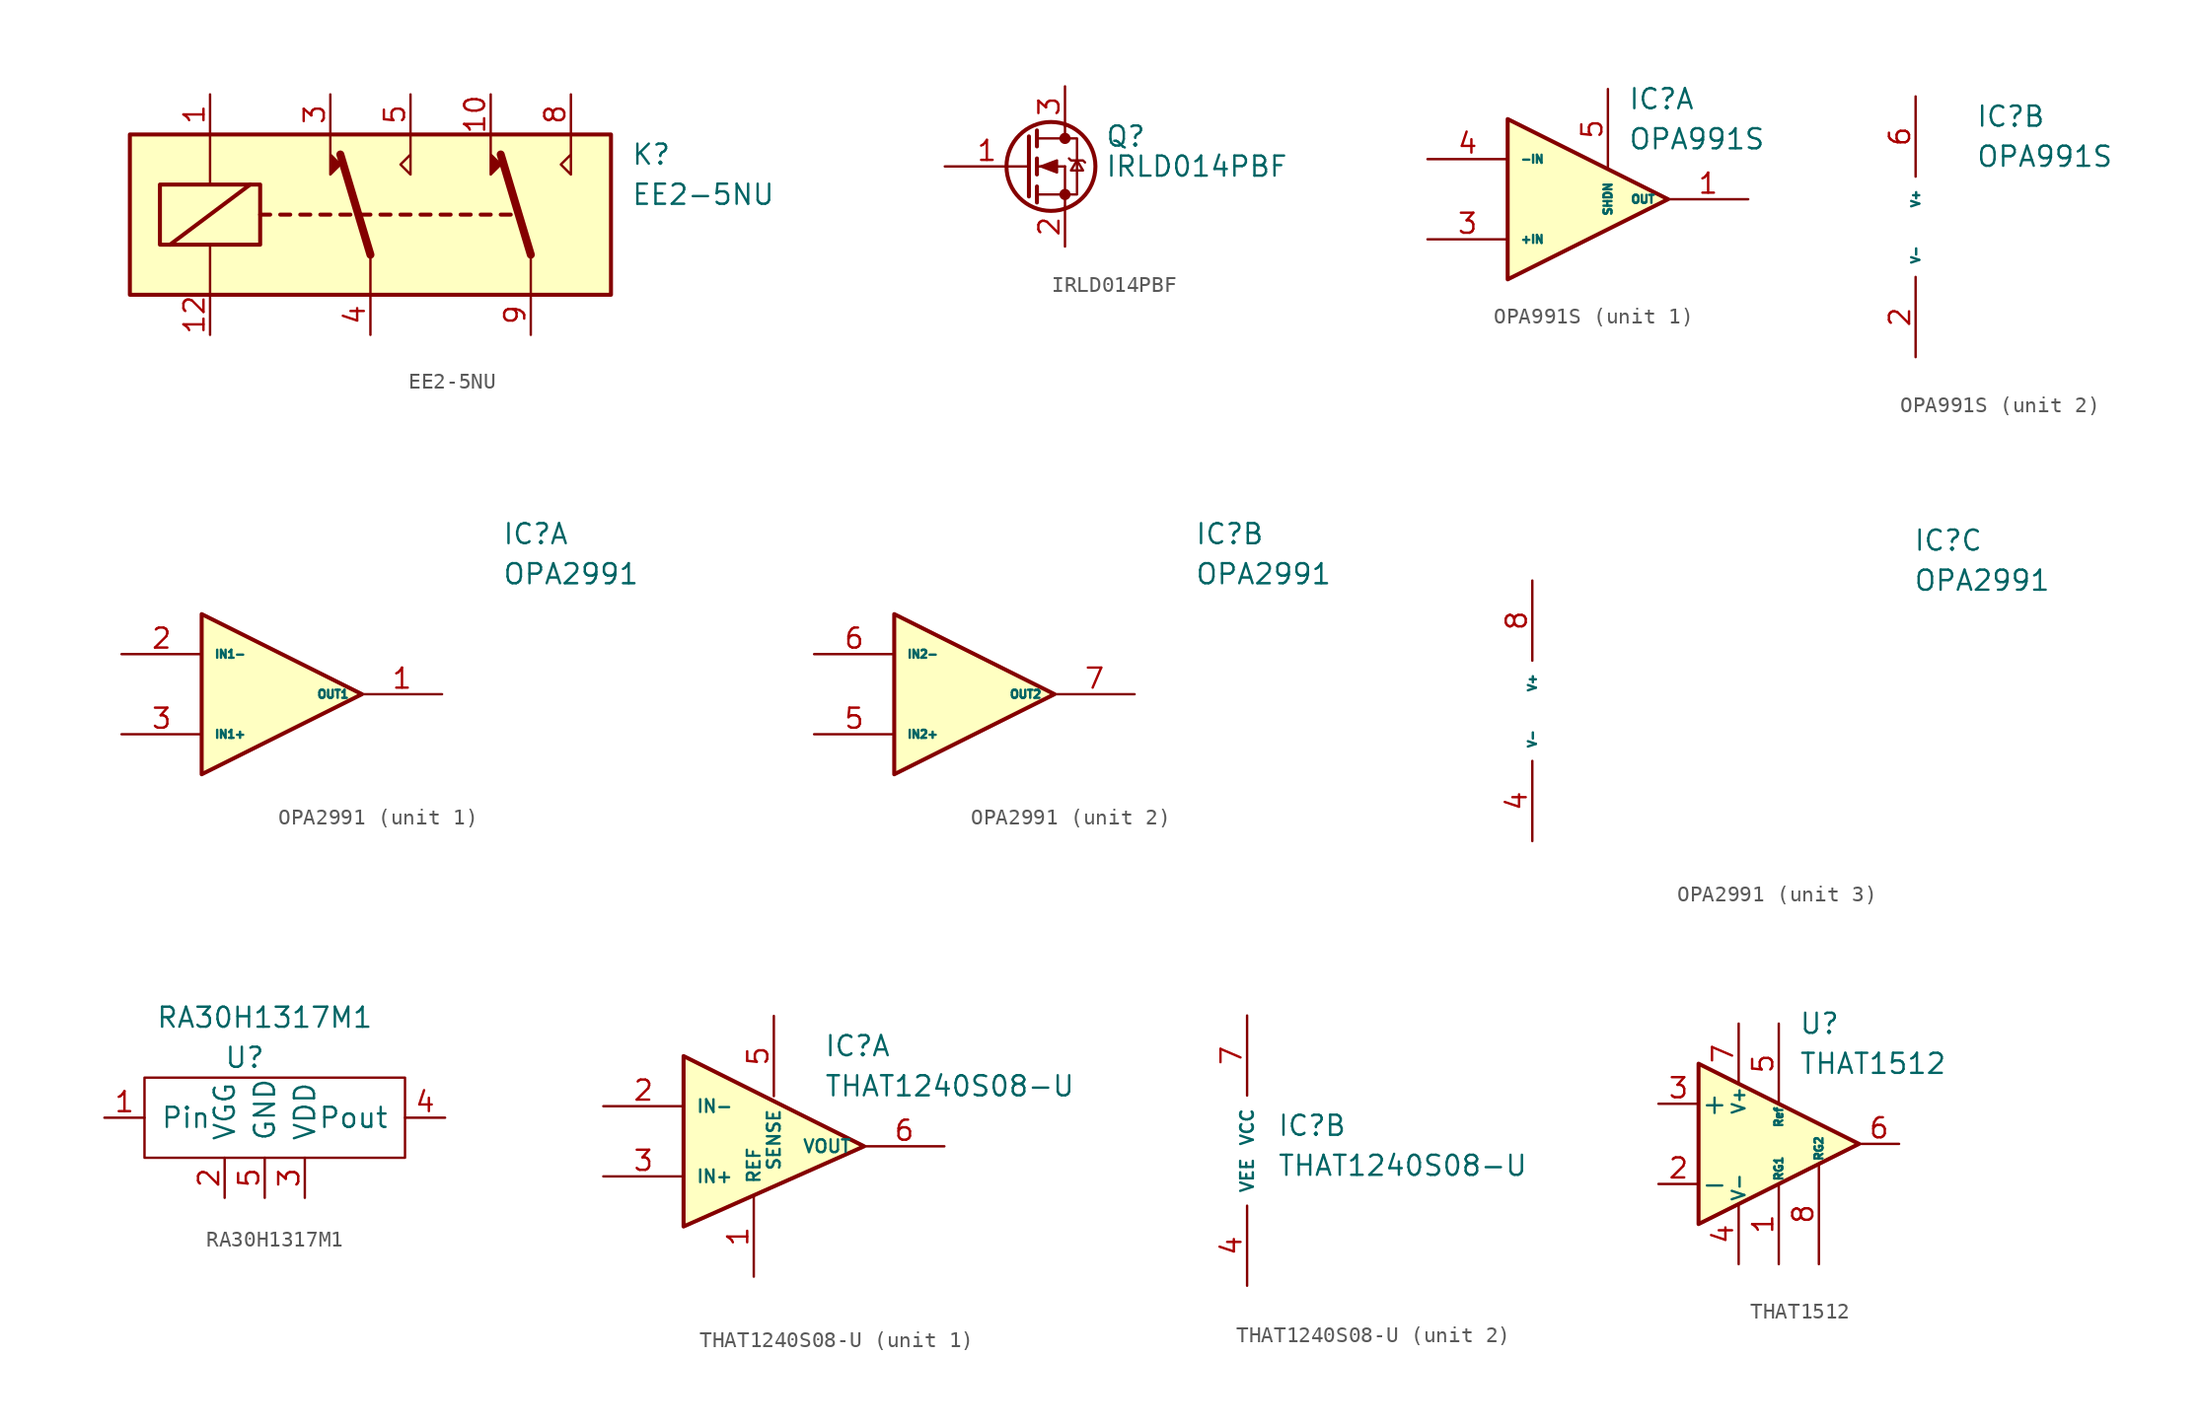
<source format=kicad_sym>
(kicad_symbol_lib
  (version 20210619)
  (generator kicad_symbol_editor)
  (symbol "m0vfc:EE2-5NU"
    (property "Reference" "K"
      (at 16.51 3.81 0)
      (effects (font (size 1.27 1.27)) (justify left)))
    (property "Value" "EE2-5NU"
      (at 16.51 1.27 0)
      (effects (font (size 1.27 1.27)) (justify left)))
    (symbol "EE2-5NU_0_1"
      (rectangle (start -13.335 1.905) (end -6.985 -1.905) (stroke (width 0.254)) (fill (type none)))
      (rectangle (start -15.24 5.08) (end 15.24 -5.08) (stroke (width 0.254)) (fill (type background)))
      (polyline (pts (xy -12.7 -1.905) (xy -7.62 1.905)) (stroke (width 0.254)) (fill (type none)))
      (polyline (pts (xy -10.16 -5.08) (xy -10.16 -1.905)) (stroke (width 0)) (fill (type none)))
      (polyline (pts (xy -10.16 5.08) (xy -10.16 1.905)) (stroke (width 0)) (fill (type none)))
      (polyline (pts (xy -6.985 0) (xy -6.35 0)) (stroke (width 0.254)) (fill (type none)))
      (polyline (pts (xy -5.715 0) (xy -5.08 0)) (stroke (width 0.254)) (fill (type none)))
      (polyline (pts (xy -4.445 0) (xy -3.81 0)) (stroke (width 0.254)) (fill (type none)))
      (polyline (pts (xy -3.175 0) (xy -2.54 0)) (stroke (width 0.254)) (fill (type none)))
      (polyline (pts (xy -1.905 0) (xy -1.27 0)) (stroke (width 0.254)) (fill (type none)))
      (polyline (pts (xy -0.635 0) (xy 0 0)) (stroke (width 0.254)) (fill (type none)))
      (polyline (pts (xy 0 -2.54) (xy -1.905 3.81)) (stroke (width 0.508)) (fill (type none)))
      (polyline (pts (xy 0 -2.54) (xy 0 -5.08)) (stroke (width 0)) (fill (type none)))
      (polyline (pts (xy 0.635 0) (xy 1.27 0)) (stroke (width 0.254)) (fill (type none)))
      (polyline (pts (xy 1.905 0) (xy 2.54 0)) (stroke (width 0.254)) (fill (type none)))
      (polyline (pts (xy 3.175 0) (xy 3.81 0)) (stroke (width 0.254)) (fill (type none)))
      (polyline (pts (xy 4.445 0) (xy 5.08 0)) (stroke (width 0.254)) (fill (type none)))
      (polyline (pts (xy 5.715 0) (xy 6.35 0)) (stroke (width 0.254)) (fill (type none)))
      (polyline (pts (xy 6.985 0) (xy 7.62 0)) (stroke (width 0.254)) (fill (type none)))
      (polyline (pts (xy 8.255 0) (xy 8.89 0)) (stroke (width 0.254)) (fill (type none)))
      (polyline (pts (xy 10.16 -2.54) (xy 8.255 3.81)) (stroke (width 0.508)) (fill (type none)))
      (polyline (pts (xy 10.16 -2.54) (xy 10.16 -5.08)) (stroke (width 0)) (fill (type none)))
      (polyline (pts (xy 2.54 5.08) (xy 2.54 2.54) (xy 1.905 3.175) (xy 2.54 3.81)) (stroke (width 0)) (fill (type none)))
      (polyline (pts (xy 12.7 5.08) (xy 12.7 2.54) (xy 12.065 3.175) (xy 12.7 3.81)) (stroke (width 0)) (fill (type none)))
      (polyline (pts (xy -2.54 5.08) (xy -2.54 2.54) (xy -1.905 3.175) (xy -2.54 3.81)) (stroke (width 0)) (fill (type outline)))
      (polyline (pts (xy 7.62 5.08) (xy 7.62 2.54) (xy 8.255 3.175) (xy 7.62 3.81)) (stroke (width 0)) (fill (type outline))))
    (symbol "EE2-5NU_1_1"
      (pin passive line (at -10.16 7.62 270) (length 2.54) (name "~" (effects (font (size 1.27 1.27)))) (number "1" (effects (font (size 1.27 1.27)))))
      (pin passive line (at 7.62 7.62 270) (length 2.54) (name "~" (effects (font (size 1.27 1.27)))) (number "10" (effects (font (size 1.27 1.27)))))
      (pin passive line (at -10.16 -7.62 90) (length 2.54) (name "~" (effects (font (size 1.27 1.27)))) (number "12" (effects (font (size 1.27 1.27)))))
      (pin passive line (at -2.54 7.62 270) (length 2.54) (name "~" (effects (font (size 1.27 1.27)))) (number "3" (effects (font (size 1.27 1.27)))))
      (pin passive line (at 0 -7.62 90) (length 2.54) (name "~" (effects (font (size 1.27 1.27)))) (number "4" (effects (font (size 1.27 1.27)))))
      (pin passive line (at 2.54 7.62 270) (length 2.54) (name "~" (effects (font (size 1.27 1.27)))) (number "5" (effects (font (size 1.27 1.27)))))
      (pin passive line (at 12.7 7.62 270) (length 2.54) (name "~" (effects (font (size 1.27 1.27)))) (number "8" (effects (font (size 1.27 1.27)))))
      (pin passive line (at 10.16 -7.62 90) (length 2.54) (name "~" (effects (font (size 1.27 1.27)))) (number "9" (effects (font (size 1.27 1.27)))))))
  (symbol "m0vfc:IRLD014PBF"
    (pin_names
      (offset 0) hide)
    (property "Reference" "Q"
      (at 5.08 1.905 0)
      (effects (font (size 1.27 1.27)) (justify left)))
    (property "Value" "IRLD014PBF"
      (at 5.08 0 0)
      (effects (font (size 1.27 1.27)) (justify left)))
    (symbol "IRLD014PBF_0_1"
      (circle (center 1.651 0) (radius 2.819) (stroke (width 0.254)) (fill (type none)))
      (circle (center 2.54 -1.778) (radius 0.279) (stroke (width 0)) (fill (type outline)))
      (circle (center 2.54 1.778) (radius 0.279) (stroke (width 0)) (fill (type outline)))
      (polyline (pts (xy 0.762 -1.778) (xy 2.54 -1.778)) (stroke (width 0)) (fill (type none)))
      (polyline (pts (xy 0.762 -1.27) (xy 0.762 -2.286)) (stroke (width 0.254)) (fill (type none)))
      (polyline (pts (xy 0.762 0) (xy 2.54 0)) (stroke (width 0)) (fill (type none)))
      (polyline (pts (xy 0.762 0.508) (xy 0.762 -0.508)) (stroke (width 0.254)) (fill (type none)))
      (polyline (pts (xy 0.762 1.778) (xy 2.54 1.778)) (stroke (width 0)) (fill (type none)))
      (polyline (pts (xy 0.762 2.286) (xy 0.762 1.27)) (stroke (width 0.254)) (fill (type none)))
      (polyline (pts (xy 2.54 -1.778) (xy 2.54 -2.54)) (stroke (width 0)) (fill (type none)))
      (polyline (pts (xy 2.54 -1.778) (xy 2.54 0)) (stroke (width 0)) (fill (type none)))
      (polyline (pts (xy 2.54 2.54) (xy 2.54 1.778)) (stroke (width 0)) (fill (type none)))
      (polyline (pts (xy 0.254 1.905) (xy 0.254 -1.905) (xy 0.254 -1.905)) (stroke (width 0.254)) (fill (type none)))
      (polyline (pts (xy 2.54 -1.778) (xy 3.302 -1.778) (xy 3.302 1.778) (xy 2.54 1.778)) (stroke (width 0)) (fill (type none)))
      (polyline (pts (xy 2.794 0.508) (xy 2.921 0.381) (xy 3.683 0.381) (xy 3.81 0.254)) (stroke (width 0)) (fill (type none)))
      (polyline (pts (xy 3.302 0.381) (xy 2.921 -0.254) (xy 3.683 -0.254) (xy 3.302 0.381)) (stroke (width 0)) (fill (type none)))
      (polyline (pts (xy 1.016 0) (xy 2.032 0.381) (xy 2.032 -0.381) (xy 1.016 0)) (stroke (width 0)) (fill (type outline))))
    (symbol "IRLD014PBF_1_1"
      (pin input line (at -5.08 0 0) (length 5.334) (name "G" (effects (font (size 1.27 1.27)))) (number "1" (effects (font (size 1.27 1.27)))))
      (pin passive line (at 2.54 -5.08 90) (length 2.54) (name "S" (effects (font (size 1.27 1.27)))) (number "2" (effects (font (size 1.27 1.27)))))
      (pin passive line (at 2.54 5.08 270) (length 2.54) (name "D" (effects (font (size 1.27 1.27)))) (number "3" (effects (font (size 1.27 1.27)))))))
  (symbol "m0vfc:OPA991S"
    (pin_names
      (offset 0.762))
    (property "Reference" "IC"
      (at 12.7 3.81 0)
      (effects (font (size 1.27 1.27)) (justify left)))
    (property "Value" "OPA991S"
      (at 12.7 1.27 0)
      (effects (font (size 1.27 1.27)) (justify left)))
    (property "ki_locked" ""
      (at 0 0 0)
      (effects (font (size 1.27 1.27))))
    (symbol "OPA991S_1_0"
      (pin output line (at 20.32 -2.54 180) (length 5.08) (name "OUT" (effects (font (size 0.508 0.508)))) (number "1" (effects (font (size 1.27 1.27)))))
      (pin input line (at 0 -5.08 0) (length 5.08) (name "+IN" (effects (font (size 0.508 0.508)))) (number "3" (effects (font (size 1.27 1.27)))))
      (pin input line (at 0 0 0) (length 5.08) (name "-IN" (effects (font (size 0.508 0.508)))) (number "4" (effects (font (size 1.27 1.27)))))
      (pin input line (at 11.43 4.445 270) (length 5.08) (name "SHDN" (effects (font (size 0.508 0.508)))) (number "5" (effects (font (size 1.27 1.27))))))
    (symbol "OPA991S_1_1"
      (polyline (pts (xy 5.08 2.54) (xy 15.24 -2.54) (xy 5.08 -7.62) (xy 5.08 2.54) (xy 5.08 2.54)) (stroke (width 0.254)) (fill (type background))))
    (symbol "OPA991S_2_0"
      (pin power_in line (at 8.89 -11.43 90) (length 5.08) (name "V-" (effects (font (size 0.508 0.508)))) (number "2" (effects (font (size 1.27 1.27)))))
      (pin power_in line (at 8.89 5.08 270) (length 5.08) (name "V+" (effects (font (size 0.508 0.508)))) (number "6" (effects (font (size 1.27 1.27)))))))
  (symbol "m0vfc:OPA2991"
    (pin_names
      (offset 0.762))
    (property "Reference" "IC"
      (at 24.13 7.62 0)
      (effects (font (size 1.27 1.27)) (justify left)))
    (property "Value" "OPA2991"
      (at 24.13 5.08 0)
      (effects (font (size 1.27 1.27)) (justify left)))
    (property "ki_locked" ""
      (at 0 0 0)
      (effects (font (size 1.27 1.27))))
    (symbol "OPA2991_1_0"
      (pin output line (at 20.32 -2.54 180) (length 5.08) (name "OUT1" (effects (font (size 0.508 0.508)))) (number "1" (effects (font (size 1.27 1.27)))))
      (pin input line (at 0 0 0) (length 5.08) (name "IN1-" (effects (font (size 0.508 0.508)))) (number "2" (effects (font (size 1.27 1.27)))))
      (pin input line (at 0 -5.08 0) (length 5.08) (name "IN1+" (effects (font (size 0.508 0.508)))) (number "3" (effects (font (size 1.27 1.27))))))
    (symbol "OPA2991_1_1"
      (polyline (pts (xy 5.08 2.54) (xy 15.24 -2.54) (xy 5.08 -7.62) (xy 5.08 2.54) (xy 5.08 2.54)) (stroke (width 0.254)) (fill (type background))))
    (symbol "OPA2991_2_0"
      (pin input line (at 0 -5.08 0) (length 5.08) (name "IN2+" (effects (font (size 0.508 0.508)))) (number "5" (effects (font (size 1.27 1.27)))))
      (pin input line (at 0 0 0) (length 5.08) (name "IN2-" (effects (font (size 0.508 0.508)))) (number "6" (effects (font (size 1.27 1.27)))))
      (pin output line (at 20.32 -2.54 180) (length 5.08) (name "OUT2" (effects (font (size 0.508 0.508)))) (number "7" (effects (font (size 1.27 1.27))))))
    (symbol "OPA2991_2_1"
      (polyline (pts (xy 5.08 2.54) (xy 15.24 -2.54) (xy 5.08 -7.62) (xy 5.08 2.54) (xy 5.08 2.54)) (stroke (width 0.254)) (fill (type background))))
    (symbol "OPA2991_3_0"
      (pin power_in line (at 0 -11.43 90) (length 5.08) (name "V-" (effects (font (size 0.508 0.508)))) (number "4" (effects (font (size 1.27 1.27)))))
      (pin power_in line (at 0 5.08 270) (length 5.08) (name "V+" (effects (font (size 0.508 0.508)))) (number "8" (effects (font (size 1.27 1.27)))))))
  (symbol "m0vfc:RA30H1317M1"
    (pin_names
      (offset 1.016))
    (property "Reference" "U"
      (at 0 0 0)
      (effects (font (size 1.27 1.27))))
    (property "Value" "RA30H1317M1"
      (at 1.27 2.54 0)
      (effects (font (size 1.27 1.27))))
    (symbol "RA30H1317M1_0_1"
      (rectangle (start -6.35 -1.27) (end 10.16 -6.35) (stroke (width 0)) (fill (type none))))
    (symbol "RA30H1317M1_1_1"
      (pin input line (at -8.89 -3.81 0) (length 2.54) (name "Pin" (effects (font (size 1.27 1.27)))) (number "1" (effects (font (size 1.27 1.27)))))
      (pin input line (at -1.27 -8.89 90) (length 2.54) (name "VGG" (effects (font (size 1.27 1.27)))) (number "2" (effects (font (size 1.27 1.27)))))
      (pin input line (at 3.81 -8.89 90) (length 2.54) (name "VDD" (effects (font (size 1.27 1.27)))) (number "3" (effects (font (size 1.27 1.27)))))
      (pin output line (at 12.7 -3.81 180) (length 2.54) (name "Pout" (effects (font (size 1.27 1.27)))) (number "4" (effects (font (size 1.27 1.27)))))
      (pin input line (at 1.27 -8.89 90) (length 2.54) (name "GND" (effects (font (size 1.27 1.27)))) (number "5" (effects (font (size 1.27 1.27)))))))
  (symbol "m0vfc:THAT1240S08-U"
    (pin_names
      (offset 0.762))
    (property "Reference" "IC"
      (at 8.89 0 0)
      (effects (font (size 1.27 1.27)) (justify left)))
    (property "Value" "THAT1240S08-U"
      (at 8.89 -2.54 0)
      (effects (font (size 1.27 1.27)) (justify left)))
    (property "ki_locked" ""
      (at 0 0 0)
      (effects (font (size 1.27 1.27))))
    (symbol "THAT1240S08-U_1_0"
      (pin passive line (at 4.445 -14.605 90) (length 5.08) (name "REF" (effects (font (size 0.8 0.8)))) (number "1" (effects (font (size 1.27 1.27)))))
      (pin input line (at -5.08 -3.81 0) (length 5.08) (name "IN-" (effects (font (size 0.8 0.8)))) (number "2" (effects (font (size 1.27 1.27)))))
      (pin input line (at -5.08 -8.255 0) (length 5.08) (name "IN+" (effects (font (size 0.8 0.8)))) (number "3" (effects (font (size 1.27 1.27)))))
      (pin passive line (at 5.715 1.905 270) (length 5.08) (name "SENSE" (effects (font (size 0.8 0.8)))) (number "5" (effects (font (size 1.27 1.27)))))
      (pin output line (at 16.51 -6.35 180) (length 5.08) (name "VOUT" (effects (font (size 0.8 0.8)))) (number "6" (effects (font (size 1.27 1.27)))))
      (pin no_connect line (at 11.43 -15.875 90) (length 5.08) hide (name "NC" (effects (font (size 0.8 0.8)))) (number "8" (effects (font (size 1.27 1.27))))))
    (symbol "THAT1240S08-U_1_1"
      (polyline (pts (xy 0 -0.635) (xy 11.43 -6.35) (xy 0 -11.43) (xy 0 -0.635) (xy 0 -0.635)) (stroke (width 0.254)) (fill (type background))))
    (symbol "THAT1240S08-U_2_0"
      (pin power_in line (at 6.985 -10.16 90) (length 5.08) (name "VEE" (effects (font (size 0.8 0.8)))) (number "4" (effects (font (size 1.27 1.27)))))
      (pin power_in line (at 6.985 6.985 270) (length 5.08) (name "VCC" (effects (font (size 0.8 0.8)))) (number "7" (effects (font (size 1.27 1.27)))))))
  (symbol "m0vfc:THAT1512"
    (pin_names
      (offset 0.127))
    (property "Reference" "U"
      (at 1.27 7.62 0)
      (effects (font (size 1.27 1.27)) (justify left)))
    (property "Value" "THAT1512"
      (at 1.27 5.08 0)
      (effects (font (size 1.27 1.27)) (justify left)))
    (symbol "THAT1512_0_1"
      (polyline (pts (xy 5.08 0) (xy -5.08 5.08) (xy -5.08 -5.08) (xy 5.08 0)) (stroke (width 0.254)) (fill (type background))))
    (symbol "THAT1512_1_1"
      (pin input line (at 0 -7.62 90) (length 5.08) (name "RG1" (effects (font (size 0.508 0.508)))) (number "1" (effects (font (size 1.27 1.27)))))
      (pin input line (at -7.62 -2.54 0) (length 2.54) (name "-" (effects (font (size 1.27 1.27)))) (number "2" (effects (font (size 1.27 1.27)))))
      (pin input line (at -7.62 2.54 0) (length 2.54) (name "+" (effects (font (size 1.27 1.27)))) (number "3" (effects (font (size 1.27 1.27)))))
      (pin power_in line (at -2.54 -7.62 90) (length 3.81) (name "V-" (effects (font (size 0.8 0.8)))) (number "4" (effects (font (size 1.27 1.27)))))
      (pin input line (at 0 7.62 270) (length 5.08) (name "Ref" (effects (font (size 0.508 0.508)))) (number "5" (effects (font (size 1.27 1.27)))))
      (pin output line (at 7.62 0 180) (length 2.54) (name "~" (effects (font (size 1.27 1.27)))) (number "6" (effects (font (size 1.27 1.27)))))
      (pin power_in line (at -2.54 7.62 270) (length 3.81) (name "V+" (effects (font (size 0.8 0.8)))) (number "7" (effects (font (size 1.27 1.27)))))
      (pin input line (at 2.54 -7.62 90) (length 6.35) (name "RG2" (effects (font (size 0.508 0.508)))) (number "8" (effects (font (size 1.27 1.27))))))))
</source>
